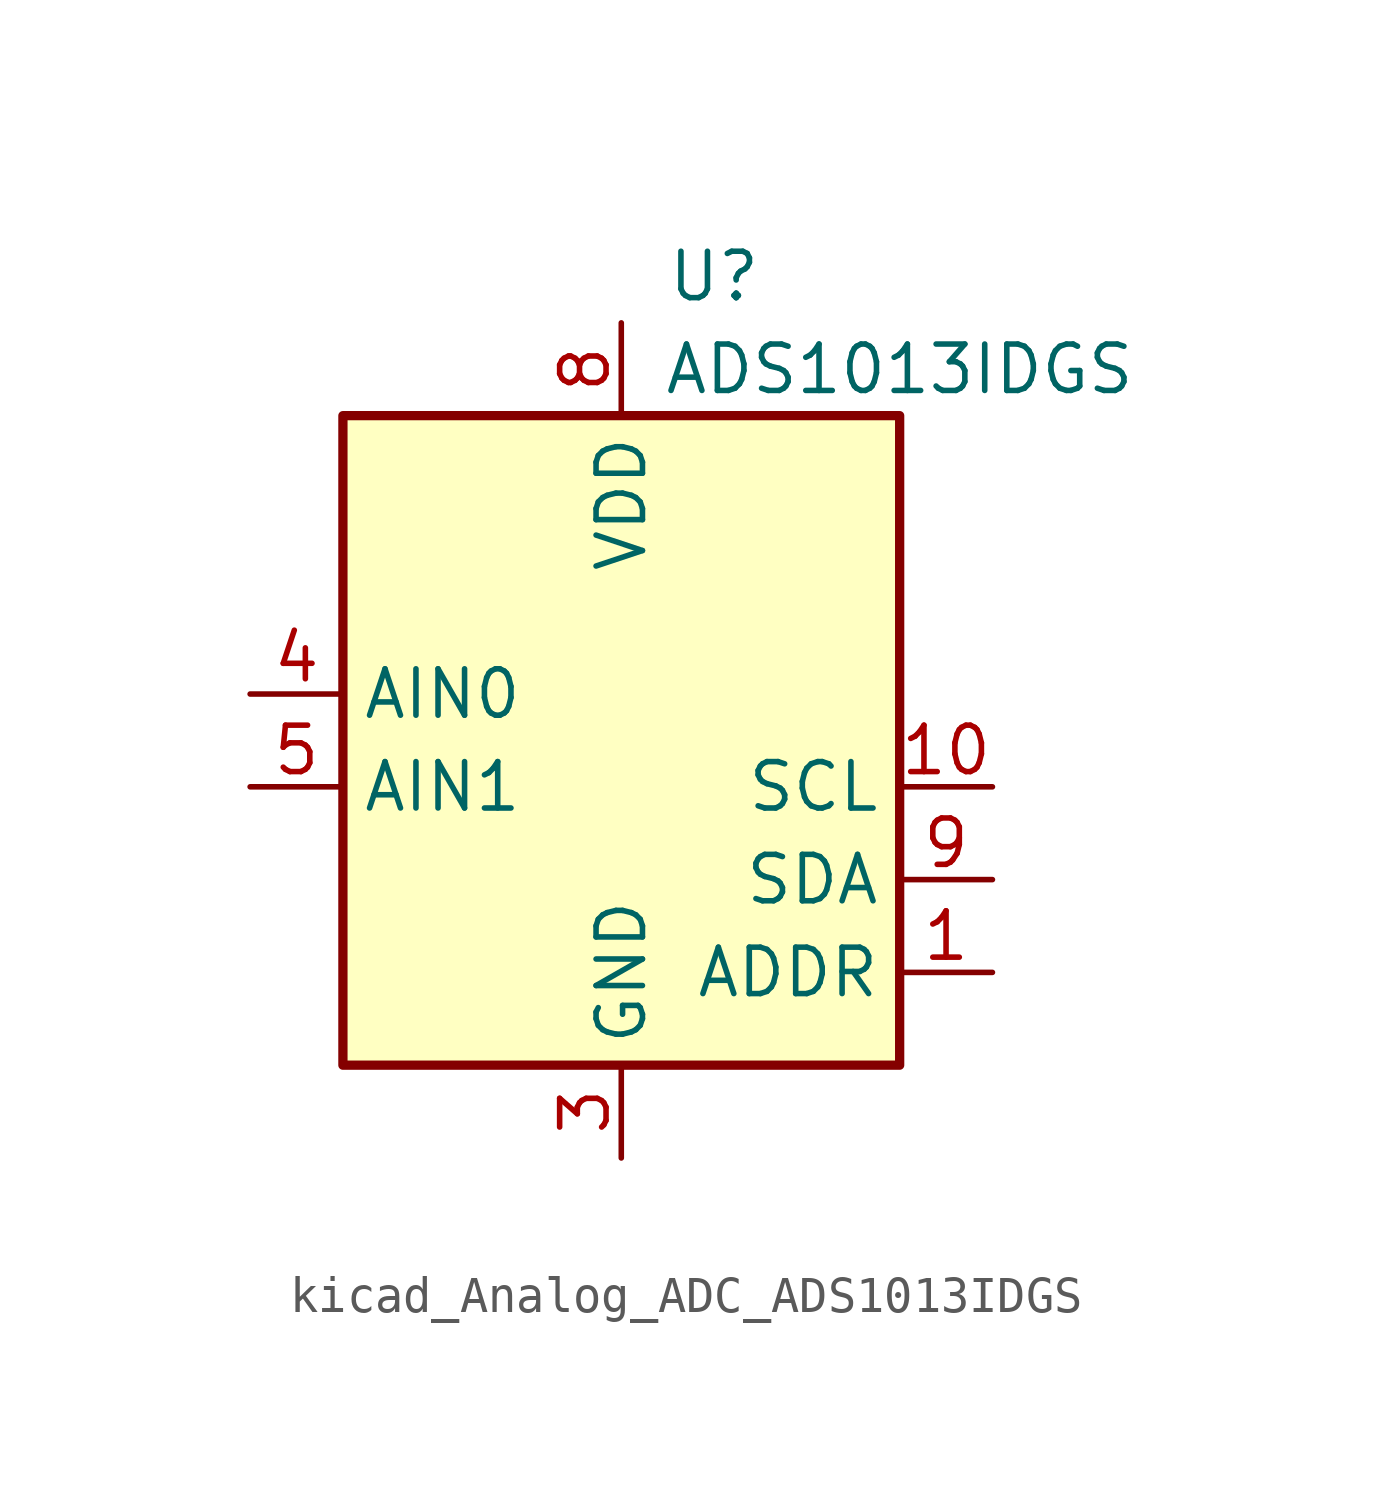
<source format=kicad_sym>
(kicad_symbol_lib
  (version 20220914)
  (generator kicad_symbol_editor)
  (symbol "kicad_Analog_ADC_ADS1013IDGS"
    (property "Reference" "U"
      (at 2.54 13.97 0)
      (effects (font (size 1.27 1.27))))
    (property "Value" "ADS1013IDGS"
      (at 7.62 11.43 0)
      (effects (font (size 1.27 1.27))))
    (symbol "kicad_Analog_ADC_ADS1013IDGS_0_1"
      (rectangle (start -7.62 10.16) (end 7.62 -7.62) (stroke (width 0.254) (type default)) (fill (type background))))
    (symbol "kicad_Analog_ADC_ADS1013IDGS_1_1"
      (pin input line (at 10.16 -5.08 180) (length 2.54) (name "ADDR" (effects (font (size 1.27 1.27)))) (number "1" (effects (font (size 1.27 1.27)))))
      (pin input line (at 10.16 0 180) (length 2.54) (name "SCL" (effects (font (size 1.27 1.27)))) (number "10" (effects (font (size 1.27 1.27)))))
      (pin no_connect line (at 7.62 7.62 180) (length 2.54) hide (name "~" (effects (font (size 1.27 1.27)))) (number "2" (effects (font (size 1.27 1.27)))))
      (pin power_in line (at 0 -10.16 90) (length 2.54) (name "GND" (effects (font (size 1.27 1.27)))) (number "3" (effects (font (size 1.27 1.27)))))
      (pin input line (at -10.16 2.54 0) (length 2.54) (name "AIN0" (effects (font (size 1.27 1.27)))) (number "4" (effects (font (size 1.27 1.27)))))
      (pin input line (at -10.16 0 0) (length 2.54) (name "AIN1" (effects (font (size 1.27 1.27)))) (number "5" (effects (font (size 1.27 1.27)))))
      (pin no_connect line (at 7.62 5.08 180) (length 2.54) hide (name "~" (effects (font (size 1.27 1.27)))) (number "6" (effects (font (size 1.27 1.27)))))
      (pin no_connect line (at 7.62 2.54 180) (length 2.54) hide (name "~" (effects (font (size 1.27 1.27)))) (number "7" (effects (font (size 1.27 1.27)))))
      (pin power_in line (at 0 12.7 270) (length 2.54) (name "VDD" (effects (font (size 1.27 1.27)))) (number "8" (effects (font (size 1.27 1.27)))))
      (pin bidirectional line (at 10.16 -2.54 180) (length 2.54) (name "SDA" (effects (font (size 1.27 1.27)))) (number "9" (effects (font (size 1.27 1.27))))))))
</source>
